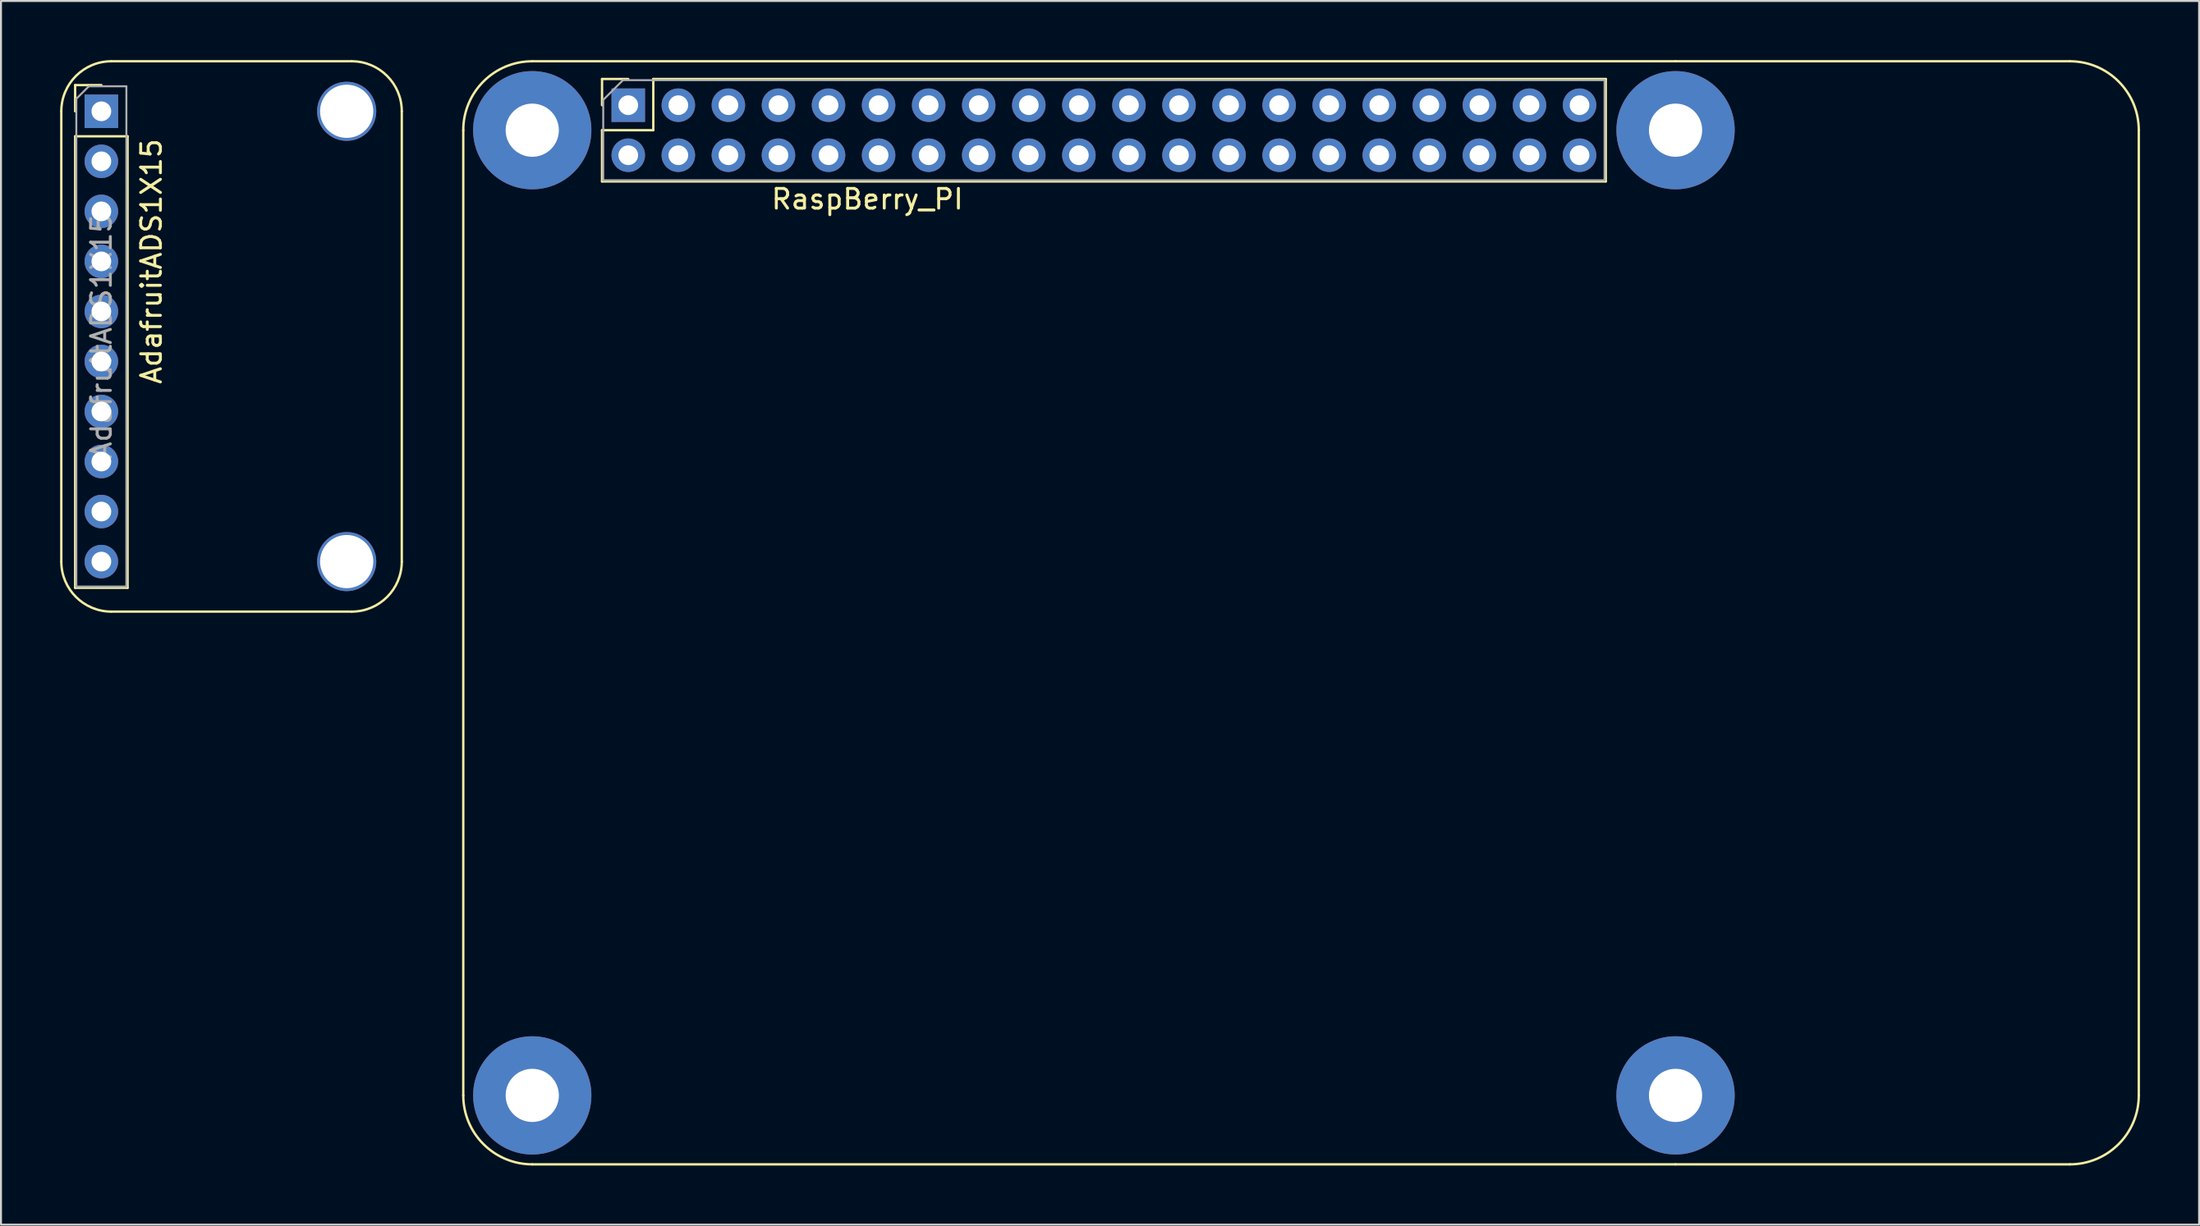
<source format=kicad_pcb>
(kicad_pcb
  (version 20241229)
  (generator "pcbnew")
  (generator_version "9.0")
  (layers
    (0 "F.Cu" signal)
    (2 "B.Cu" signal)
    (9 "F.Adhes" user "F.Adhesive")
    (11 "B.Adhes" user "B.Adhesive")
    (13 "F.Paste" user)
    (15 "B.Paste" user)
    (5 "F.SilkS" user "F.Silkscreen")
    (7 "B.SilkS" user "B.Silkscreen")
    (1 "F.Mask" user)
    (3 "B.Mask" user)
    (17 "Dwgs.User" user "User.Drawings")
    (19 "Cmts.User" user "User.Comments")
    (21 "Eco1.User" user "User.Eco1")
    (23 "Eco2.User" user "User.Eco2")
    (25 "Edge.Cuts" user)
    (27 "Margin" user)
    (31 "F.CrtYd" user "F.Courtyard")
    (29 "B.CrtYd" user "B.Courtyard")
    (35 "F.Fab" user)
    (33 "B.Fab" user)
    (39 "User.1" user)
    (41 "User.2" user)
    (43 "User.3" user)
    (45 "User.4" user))
  (footprint "AdafruitADS1X15"
    (layer "F.Cu")
    (at 2.092 14.03)
    (property "Reference" "AdafruitADS1X15" (at 2.54 -3.81 90) (layer "F.SilkS") (effects (font (size 1 1) (thickness 0.15))))
    (attr through_hole)
    (fp_line (start -2.032 -11.43) (end -2.032 11.43) (stroke (width 0.12) (type solid)) (layer "F.SilkS"))
    (fp_line (start -1.33 -12.76) (end 0 -12.76) (stroke (width 0.12) (type solid)) (layer "F.SilkS"))
    (fp_line (start -1.33 -11.43) (end -1.33 -12.76) (stroke (width 0.12) (type solid)) (layer "F.SilkS"))
    (fp_line (start -1.33 -10.16) (end -1.33 12.76) (stroke (width 0.12) (type solid)) (layer "F.SilkS"))
    (fp_line (start -1.33 -10.16) (end 1.33 -10.16) (stroke (width 0.12) (type solid)) (layer "F.SilkS"))
    (fp_line (start -1.33 12.76) (end 1.33 12.76) (stroke (width 0.12) (type solid)) (layer "F.SilkS"))
    (fp_line (start 0.508 13.97) (end 12.7 13.97) (stroke (width 0.12) (type solid)) (layer "F.SilkS"))
    (fp_line (start 1.33 -10.16) (end 1.33 12.76) (stroke (width 0.12) (type solid)) (layer "F.SilkS"))
    (fp_line (start 12.7 -13.97) (end 0.508 -13.97) (stroke (width 0.12) (type solid)) (layer "F.SilkS"))
    (fp_line (start 15.24 11.43) (end 15.24 -11.43) (stroke (width 0.12) (type solid)) (layer "F.SilkS"))
    (fp_arc (start -2.032 -11.43) (mid -1.288051 -13.226051) (end 0.508 -13.97) (stroke (width 0.12) (type solid)) (layer "F.SilkS"))
    (fp_arc (start 0.508 13.97) (mid -1.288051 13.226051) (end -2.032 11.43) (stroke (width 0.12) (type solid)) (layer "F.SilkS"))
    (fp_arc (start 12.7 -13.97) (mid 14.496051 -13.226051) (end 15.24 -11.43) (stroke (width 0.12) (type solid)) (layer "F.SilkS"))
    (fp_arc (start 15.24 11.43) (mid 14.496051 13.226051) (end 12.7 13.97) (stroke (width 0.12) (type solid)) (layer "F.SilkS"))
    (fp_line (start -1.27 -12.065) (end -0.635 -12.7) (stroke (width 0.1) (type solid)) (layer "F.Fab"))
    (fp_line (start -1.27 12.7) (end -1.27 -12.065) (stroke (width 0.1) (type solid)) (layer "F.Fab"))
    (fp_line (start -0.635 -12.7) (end 1.27 -12.7) (stroke (width 0.1) (type solid)) (layer "F.Fab"))
    (fp_line (start 1.27 -12.7) (end 1.27 12.7) (stroke (width 0.1) (type solid)) (layer "F.Fab"))
    (fp_line (start 1.27 12.7) (end -1.27 12.7) (stroke (width 0.1) (type solid)) (layer "F.Fab"))
    (fp_text user "${REFERENCE}" (at 0 0 90) (layer "F.Fab") (effects (font (size 1 1) (thickness 0.15))))
    (pad "1" thru_hole rect (at 0 -11.43) (size 1.7 1.7) (drill 1) (layers "*.Cu" "*.Mask"))
    (pad "2" thru_hole oval (at 0 -8.89) (size 1.7 1.7) (drill 1) (layers "*.Cu" "*.Mask"))
    (pad "3" thru_hole oval (at 0 -6.35) (size 1.7 1.7) (drill 1) (layers "*.Cu" "*.Mask"))
    (pad "4" thru_hole oval (at 0 -3.81) (size 1.7 1.7) (drill 1) (layers "*.Cu" "*.Mask"))
    (pad "5" thru_hole oval (at 0 -1.27) (size 1.7 1.7) (drill 1) (layers "*.Cu" "*.Mask"))
    (pad "6" thru_hole oval (at 0 1.27) (size 1.7 1.7) (drill 1) (layers "*.Cu" "*.Mask"))
    (pad "7" thru_hole oval (at 0 3.81) (size 1.7 1.7) (drill 1) (layers "*.Cu" "*.Mask"))
    (pad "8" thru_hole oval (at 0 6.35) (size 1.7 1.7) (drill 1) (layers "*.Cu" "*.Mask"))
    (pad "9" thru_hole oval (at 0 8.89) (size 1.7 1.7) (drill 1) (layers "*.Cu" "*.Mask"))
    (pad "10" thru_hole oval (at 0 11.43) (size 1.7 1.7) (drill 1) (layers "*.Cu" "*.Mask"))
    (pad "11" thru_hole circle (at 12.446 -11.43 180) (size 3 3) (drill 2.7) (layers "*.Cu" "*.Mask"))
    (pad "12" thru_hole circle (at 12.446 11.43 180) (size 3 3) (drill 2.7) (layers "*.Cu" "*.Mask")))
  (footprint "RaspBerry_PI"
    (layer "F.Cu")
    (at 52.952 3.56)
    (property "Reference" "RaspBerry_PI" (at -12 3.5 0) (layer "F.SilkS") (effects (font (size 1 1) (thickness 0.15))))
    (attr through_hole)
    (fp_line (start -32.5 49) (end -32.5 0) (stroke (width 0.12) (type solid)) (layer "F.SilkS"))
    (fp_line (start -29 -3.5) (end 29 -3.5) (stroke (width 0.12) (type solid)) (layer "F.SilkS"))
    (fp_line (start -25.46 -2.6) (end -24.13 -2.6) (stroke (width 0.12) (type solid)) (layer "F.SilkS"))
    (fp_line (start -25.46 -1.27) (end -25.46 -2.6) (stroke (width 0.12) (type solid)) (layer "F.SilkS"))
    (fp_line (start -25.46 0) (end -22.86 0) (stroke (width 0.12) (type solid)) (layer "F.SilkS"))
    (fp_line (start -25.46 2.6) (end -25.46 0) (stroke (width 0.12) (type solid)) (layer "F.SilkS"))
    (fp_line (start -25.46 2.6) (end 25.46 2.6) (stroke (width 0.12) (type solid)) (layer "F.SilkS"))
    (fp_line (start -22.86 -2.6) (end 25.46 -2.6) (stroke (width 0.12) (type solid)) (layer "F.SilkS"))
    (fp_line (start -22.86 0) (end -22.86 -2.6) (stroke (width 0.12) (type solid)) (layer "F.SilkS"))
    (fp_line (start 25.46 2.6) (end 25.46 -2.6) (stroke (width 0.12) (type solid)) (layer "F.SilkS"))
    (fp_line (start 29 -3.5) (end 49 -3.5) (stroke (width 0.12) (type solid)) (layer "F.SilkS"))
    (fp_line (start 29 52.5) (end -29 52.5) (stroke (width 0.12) (type solid)) (layer "F.SilkS"))
    (fp_line (start 29 52.5) (end 49 52.5) (stroke (width 0.12) (type solid)) (layer "F.SilkS"))
    (fp_line (start 52.5 0) (end 52.5 49) (stroke (width 0.12) (type solid)) (layer "F.SilkS"))
    (fp_arc (start -32.5 0) (mid -31.474874 -2.474874) (end -29 -3.5) (stroke (width 0.12) (type solid)) (layer "F.SilkS"))
    (fp_arc (start -29 52.5) (mid -31.474874 51.474874) (end -32.5 49) (stroke (width 0.12) (type solid)) (layer "F.SilkS"))
    (fp_arc (start 49 -3.5) (mid 51.474874 -2.474874) (end 52.5 0) (stroke (width 0.12) (type solid)) (layer "F.SilkS"))
    (fp_arc (start 52.5 49) (mid 51.474874 51.474874) (end 49 52.5) (stroke (width 0.12) (type solid)) (layer "F.SilkS"))
    (fp_line (start -25.4 -1.54) (end -24.4 -2.54) (stroke (width 0.1) (type solid)) (layer "F.Fab"))
    (fp_line (start -25.4 2.54) (end -25.4 -1.54) (stroke (width 0.1) (type solid)) (layer "F.Fab"))
    (fp_line (start -24.4 -2.54) (end 25.4 -2.54) (stroke (width 0.1) (type solid)) (layer "F.Fab"))
    (fp_line (start 25.4 -2.54) (end 25.4 2.54) (stroke (width 0.1) (type solid)) (layer "F.Fab"))
    (fp_line (start 25.4 2.54) (end -25.4 2.54) (stroke (width 0.1) (type solid)) (layer "F.Fab"))
    (pad "" thru_hole circle (at -29 0) (size 6 6) (drill 2.7) (layers "*.Cu" "*.Mask"))
    (pad "" thru_hole circle (at -29 49) (size 6 6) (drill 2.7) (layers "*.Cu" "*.Mask"))
    (pad "" thru_hole circle (at 29 0 180) (size 6 6) (drill 2.7) (layers "*.Cu" "*.Mask"))
    (pad "" thru_hole circle (at 29 49 180) (size 6 6) (drill 2.7) (layers "*.Cu" "*.Mask"))
    (pad "1" thru_hole oval (at -24.13 1.27 90) (size 1.7 1.7) (drill 1) (layers "*.Cu" "*.Mask"))
    (pad "2" thru_hole rect (at -24.13 -1.27 90) (size 1.7 1.7) (drill 1) (layers "*.Cu" "*.Mask"))
    (pad "3" thru_hole oval (at -21.59 1.27 90) (size 1.7 1.7) (drill 1) (layers "*.Cu" "*.Mask"))
    (pad "4" thru_hole oval (at -21.59 -1.27 90) (size 1.7 1.7) (drill 1) (layers "*.Cu" "*.Mask"))
    (pad "5" thru_hole oval (at -19.05 1.27 90) (size 1.7 1.7) (drill 1) (layers "*.Cu" "*.Mask"))
    (pad "6" thru_hole oval (at -19.05 -1.27 90) (size 1.7 1.7) (drill 1) (layers "*.Cu" "*.Mask"))
    (pad "7" thru_hole oval (at -16.51 1.27 90) (size 1.7 1.7) (drill 1) (layers "*.Cu" "*.Mask"))
    (pad "8" thru_hole oval (at -16.51 -1.27 90) (size 1.7 1.7) (drill 1) (layers "*.Cu" "*.Mask"))
    (pad "9" thru_hole oval (at -13.97 1.27 90) (size 1.7 1.7) (drill 1) (layers "*.Cu" "*.Mask"))
    (pad "10" thru_hole oval (at -13.97 -1.27 90) (size 1.7 1.7) (drill 1) (layers "*.Cu" "*.Mask"))
    (pad "11" thru_hole oval (at -11.43 1.27 90) (size 1.7 1.7) (drill 1) (layers "*.Cu" "*.Mask"))
    (pad "12" thru_hole oval (at -11.43 -1.27 90) (size 1.7 1.7) (drill 1) (layers "*.Cu" "*.Mask"))
    (pad "13" thru_hole oval (at -8.89 1.27 90) (size 1.7 1.7) (drill 1) (layers "*.Cu" "*.Mask"))
    (pad "14" thru_hole oval (at -8.89 -1.27 90) (size 1.7 1.7) (drill 1) (layers "*.Cu" "*.Mask"))
    (pad "15" thru_hole oval (at -6.35 1.27 90) (size 1.7 1.7) (drill 1) (layers "*.Cu" "*.Mask"))
    (pad "16" thru_hole oval (at -6.35 -1.27 90) (size 1.7 1.7) (drill 1) (layers "*.Cu" "*.Mask"))
    (pad "17" thru_hole oval (at -3.81 1.27 90) (size 1.7 1.7) (drill 1) (layers "*.Cu" "*.Mask"))
    (pad "18" thru_hole oval (at -3.81 -1.27 90) (size 1.7 1.7) (drill 1) (layers "*.Cu" "*.Mask"))
    (pad "19" thru_hole oval (at -1.27 1.27 90) (size 1.7 1.7) (drill 1) (layers "*.Cu" "*.Mask"))
    (pad "20" thru_hole oval (at -1.27 -1.27 90) (size 1.7 1.7) (drill 1) (layers "*.Cu" "*.Mask"))
    (pad "21" thru_hole oval (at 1.27 1.27 90) (size 1.7 1.7) (drill 1) (layers "*.Cu" "*.Mask"))
    (pad "22" thru_hole oval (at 1.27 -1.27 90) (size 1.7 1.7) (drill 1) (layers "*.Cu" "*.Mask"))
    (pad "23" thru_hole oval (at 3.81 1.27 90) (size 1.7 1.7) (drill 1) (layers "*.Cu" "*.Mask"))
    (pad "24" thru_hole oval (at 3.81 -1.27 90) (size 1.7 1.7) (drill 1) (layers "*.Cu" "*.Mask"))
    (pad "25" thru_hole oval (at 6.35 1.27 90) (size 1.7 1.7) (drill 1) (layers "*.Cu" "*.Mask"))
    (pad "26" thru_hole oval (at 6.35 -1.27 90) (size 1.7 1.7) (drill 1) (layers "*.Cu" "*.Mask"))
    (pad "27" thru_hole oval (at 8.89 1.27 90) (size 1.7 1.7) (drill 1) (layers "*.Cu" "*.Mask"))
    (pad "28" thru_hole oval (at 8.89 -1.27 90) (size 1.7 1.7) (drill 1) (layers "*.Cu" "*.Mask"))
    (pad "29" thru_hole oval (at 11.43 1.27 90) (size 1.7 1.7) (drill 1) (layers "*.Cu" "*.Mask"))
    (pad "30" thru_hole oval (at 11.43 -1.27 90) (size 1.7 1.7) (drill 1) (layers "*.Cu" "*.Mask"))
    (pad "31" thru_hole oval (at 13.97 1.27 90) (size 1.7 1.7) (drill 1) (layers "*.Cu" "*.Mask"))
    (pad "32" thru_hole oval (at 13.97 -1.27 90) (size 1.7 1.7) (drill 1) (layers "*.Cu" "*.Mask"))
    (pad "33" thru_hole oval (at 16.51 1.27 90) (size 1.7 1.7) (drill 1) (layers "*.Cu" "*.Mask"))
    (pad "34" thru_hole oval (at 16.51 -1.27 90) (size 1.7 1.7) (drill 1) (layers "*.Cu" "*.Mask"))
    (pad "35" thru_hole oval (at 19.05 -1.27 90) (size 1.7 1.7) (drill 1) (layers "*.Cu" "*.Mask"))
    (pad "36" thru_hole oval (at 19.05 1.27 90) (size 1.7 1.7) (drill 1) (layers "*.Cu" "*.Mask"))
    (pad "37" thru_hole oval (at 21.59 -1.27 90) (size 1.7 1.7) (drill 1) (layers "*.Cu" "*.Mask"))
    (pad "38" thru_hole oval (at 21.59 1.27 90) (size 1.7 1.7) (drill 1) (layers "*.Cu" "*.Mask"))
    (pad "39" thru_hole oval (at 24.13 -1.27 90) (size 1.7 1.7) (drill 1) (layers "*.Cu" "*.Mask"))
    (pad "40" thru_hole oval (at 24.13 1.27 90) (size 1.7 1.7) (drill 1) (layers "*.Cu" "*.Mask")))
  (gr_rect
    (start -3 -3)
    (end 108.512 59.12)
    (stroke (width 0.1) (type default))
    (fill no)
    (layer "Edge.Cuts")))
</source>
